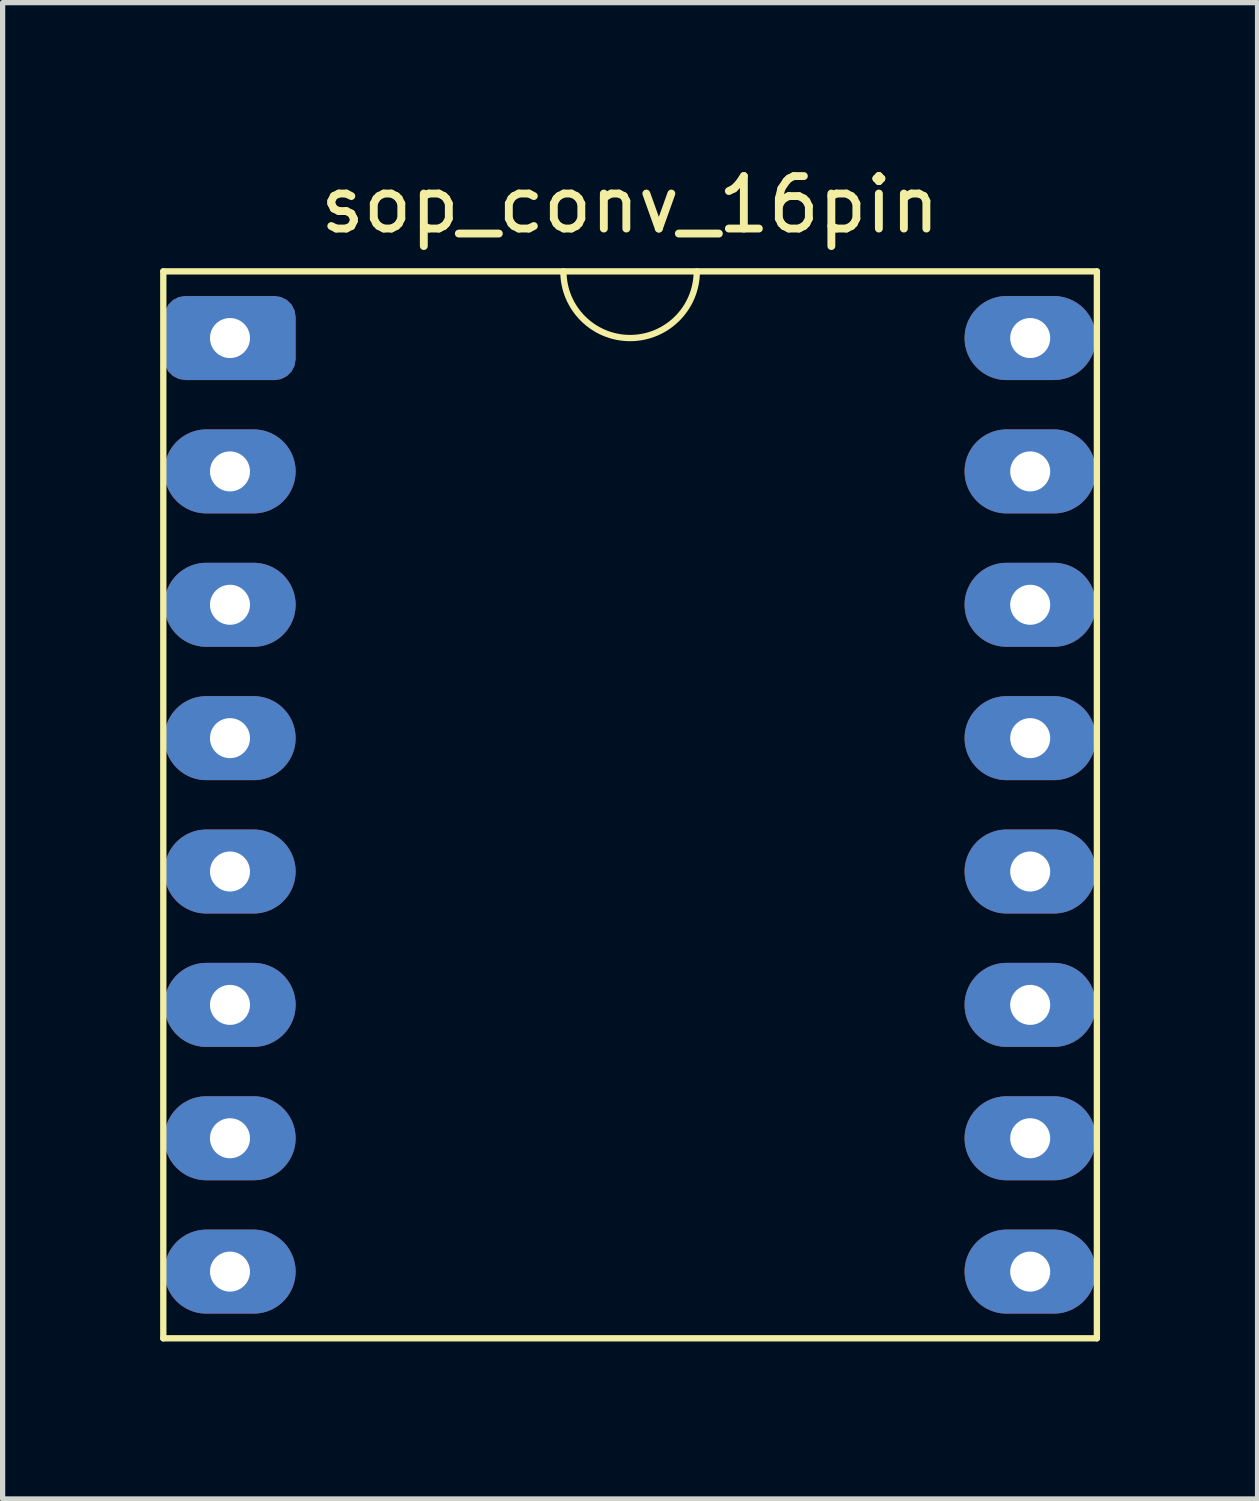
<source format=kicad_pcb>
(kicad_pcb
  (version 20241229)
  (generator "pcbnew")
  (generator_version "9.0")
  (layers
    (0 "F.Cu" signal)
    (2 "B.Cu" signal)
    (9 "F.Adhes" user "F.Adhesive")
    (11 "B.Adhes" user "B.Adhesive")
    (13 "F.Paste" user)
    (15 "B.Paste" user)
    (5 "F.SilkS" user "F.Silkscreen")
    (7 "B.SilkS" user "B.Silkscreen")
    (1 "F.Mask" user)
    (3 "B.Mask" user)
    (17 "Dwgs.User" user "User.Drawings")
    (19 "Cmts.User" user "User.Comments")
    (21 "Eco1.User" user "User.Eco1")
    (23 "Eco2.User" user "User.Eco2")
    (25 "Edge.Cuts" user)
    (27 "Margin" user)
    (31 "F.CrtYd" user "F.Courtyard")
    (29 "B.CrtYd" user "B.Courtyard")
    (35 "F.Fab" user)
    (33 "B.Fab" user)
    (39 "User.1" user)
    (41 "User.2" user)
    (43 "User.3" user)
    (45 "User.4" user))
  (footprint "sop_conv_16pin"
    (layer "F.Cu")
    (at 8.95 12.278)
    (property "Reference" "sop_conv_16pin" (at 0 -11.43 0) (layer "F.SilkS") (effects (font (size 1 1) (thickness 0.15))))
    (attr through_hole)
    (fp_line (start -8.89 -10.16) (end -8.89 10.16) (stroke (width 0.12) (type solid)) (layer "F.SilkS"))
    (fp_line (start -8.89 10.16) (end 8.89 10.16) (stroke (width 0.12) (type solid)) (layer "F.SilkS"))
    (fp_line (start 8.89 -10.16) (end -8.89 -10.16) (stroke (width 0.12) (type solid)) (layer "F.SilkS"))
    (fp_line (start 8.89 10.16) (end 8.89 -10.16) (stroke (width 0.12) (type solid)) (layer "F.SilkS"))
    (fp_arc (start 1.27 -10.16) (mid 0 -8.89) (end -1.27 -10.16) (stroke (width 0.12) (type solid)) (layer "F.SilkS"))
    (pad "1" thru_hole roundrect (at -7.62 -8.89) (size 2.5 1.6) (drill 0.762) (layers "*.Cu" "*.Mask") (roundrect_rratio 0.25))
    (pad "2" thru_hole oval (at -7.62 -6.35) (size 2.5 1.6) (drill 0.762) (layers "*.Cu" "*.Mask"))
    (pad "3" thru_hole oval (at -7.62 -3.81) (size 2.5 1.6) (drill 0.762) (layers "*.Cu" "*.Mask"))
    (pad "4" thru_hole oval (at -7.62 -1.27) (size 2.5 1.6) (drill 0.762) (layers "*.Cu" "*.Mask"))
    (pad "5" thru_hole oval (at -7.62 1.27) (size 2.5 1.6) (drill 0.762) (layers "*.Cu" "*.Mask"))
    (pad "6" thru_hole oval (at -7.62 3.81) (size 2.5 1.6) (drill 0.762) (layers "*.Cu" "*.Mask"))
    (pad "7" thru_hole oval (at -7.62 6.35) (size 2.5 1.6) (drill 0.762) (layers "*.Cu" "*.Mask"))
    (pad "8" thru_hole oval (at -7.62 8.89) (size 2.5 1.6) (drill 0.762) (layers "*.Cu" "*.Mask"))
    (pad "9" thru_hole oval (at 7.62 8.89) (size 2.5 1.6) (drill 0.762) (layers "*.Cu" "*.Mask"))
    (pad "10" thru_hole oval (at 7.62 6.35) (size 2.5 1.6) (drill 0.762) (layers "*.Cu" "*.Mask"))
    (pad "11" thru_hole oval (at 7.62 3.81) (size 2.5 1.6) (drill 0.762) (layers "*.Cu" "*.Mask"))
    (pad "12" thru_hole oval (at 7.62 1.27) (size 2.5 1.6) (drill 0.762) (layers "*.Cu" "*.Mask"))
    (pad "13" thru_hole oval (at 7.62 -1.27) (size 2.5 1.6) (drill 0.762) (layers "*.Cu" "*.Mask"))
    (pad "14" thru_hole oval (at 7.62 -3.81) (size 2.5 1.6) (drill 0.762) (layers "*.Cu" "*.Mask"))
    (pad "15" thru_hole oval (at 7.62 -6.35) (size 2.5 1.6) (drill 0.762) (layers "*.Cu" "*.Mask"))
    (pad "16" thru_hole oval (at 7.62 -8.89) (size 2.5 1.6) (drill 0.762) (layers "*.Cu" "*.Mask")))
  (gr_rect
    (start -3 -3)
    (end 20.9 25.498)
    (stroke (width 0.1) (type default))
    (fill no)
    (layer "Edge.Cuts")))
</source>
